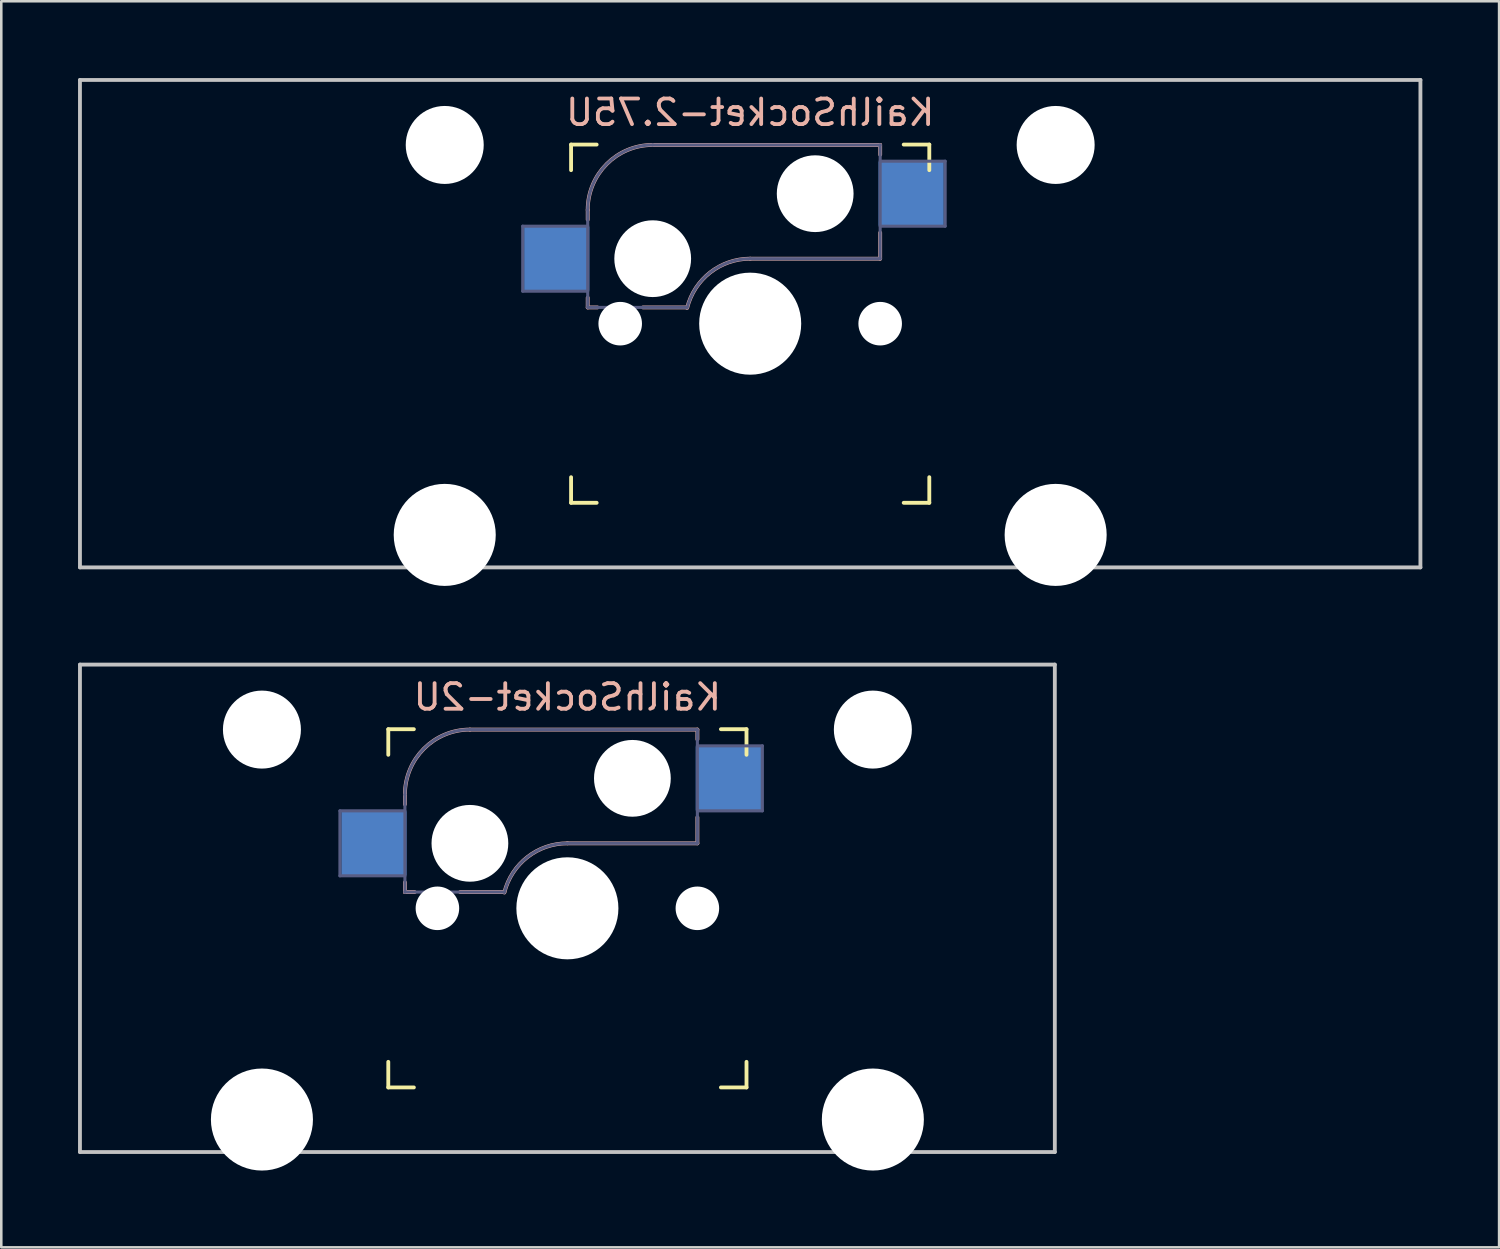
<source format=kicad_pcb>
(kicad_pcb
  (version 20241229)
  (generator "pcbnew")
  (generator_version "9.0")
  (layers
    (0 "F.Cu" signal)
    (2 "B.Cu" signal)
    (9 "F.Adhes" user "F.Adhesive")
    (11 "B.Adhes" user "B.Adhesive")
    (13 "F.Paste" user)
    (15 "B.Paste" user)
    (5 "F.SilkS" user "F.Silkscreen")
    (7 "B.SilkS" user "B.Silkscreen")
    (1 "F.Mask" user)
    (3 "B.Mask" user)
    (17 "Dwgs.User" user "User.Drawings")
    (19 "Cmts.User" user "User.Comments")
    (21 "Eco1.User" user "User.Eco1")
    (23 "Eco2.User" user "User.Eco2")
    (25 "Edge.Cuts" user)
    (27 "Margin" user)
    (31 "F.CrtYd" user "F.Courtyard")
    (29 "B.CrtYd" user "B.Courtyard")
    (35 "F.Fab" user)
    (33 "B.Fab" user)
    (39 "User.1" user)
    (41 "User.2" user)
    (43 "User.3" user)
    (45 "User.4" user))
  (footprint "KailhSocket-2U"
    (layer "F.Cu")
    (at 19.125 32.449)
    (property "Reference" "KailhSocket-2U" (at 0 -8.255 0) (layer "B.SilkS") (effects (font (size 1 1) (thickness 0.15)) (justify mirror)))
    (attr through_hole)
    (fp_line (start -7 -6) (end -7 -7) (stroke (width 0.15) (type solid)) (layer "F.SilkS"))
    (fp_line (start -7 7) (end -7 6) (stroke (width 0.15) (type solid)) (layer "F.SilkS"))
    (fp_line (start -7 7) (end -6 7) (stroke (width 0.15) (type solid)) (layer "F.SilkS"))
    (fp_line (start -6 -7) (end -7 -7) (stroke (width 0.15) (type solid)) (layer "F.SilkS"))
    (fp_line (start 6 7) (end 7 7) (stroke (width 0.15) (type solid)) (layer "F.SilkS"))
    (fp_line (start 7 -7) (end 6 -7) (stroke (width 0.15) (type solid)) (layer "F.SilkS"))
    (fp_line (start 7 -7) (end 7 -6) (stroke (width 0.15) (type solid)) (layer "F.SilkS"))
    (fp_line (start 7 6) (end 7 7) (stroke (width 0.15) (type solid)) (layer "F.SilkS"))
    (fp_line (start -6.35 -4.445) (end -6.35 -4.064) (stroke (width 0.15) (type solid)) (layer "B.SilkS"))
    (fp_line (start -6.35 -1.016) (end -6.35 -0.635) (stroke (width 0.15) (type solid)) (layer "B.SilkS"))
    (fp_line (start -5.969 -0.635) (end -6.35 -0.635) (stroke (width 0.15) (type solid)) (layer "B.SilkS"))
    (fp_line (start -3.81 -6.985) (end 5.08 -6.985) (stroke (width 0.15) (type solid)) (layer "B.SilkS"))
    (fp_line (start -2.464 -0.635) (end -4.191 -0.635) (stroke (width 0.15) (type solid)) (layer "B.SilkS"))
    (fp_line (start 5.08 -6.985) (end 5.08 -6.604) (stroke (width 0.15) (type solid)) (layer "B.SilkS"))
    (fp_line (start 5.08 -3.556) (end 5.08 -2.54) (stroke (width 0.15) (type solid)) (layer "B.SilkS"))
    (fp_line (start 5.08 -2.54) (end 0 -2.54) (stroke (width 0.15) (type solid)) (layer "B.SilkS"))
    (fp_arc (start -6.35 -4.445) (mid -5.606051 -6.241051) (end -3.81 -6.985) (stroke (width 0.15) (type solid)) (layer "B.SilkS"))
    (fp_arc (start -2.464162 -0.61604) (mid -1.563147 -2.002042) (end 0 -2.54) (stroke (width 0.15) (type solid)) (layer "B.SilkS"))
    (fp_line (start -19.05 -9.525) (end 19.05 -9.525) (stroke (width 0.15) (type solid)) (layer "Dwgs.User"))
    (fp_line (start -19.05 9.525) (end -19.05 -9.525) (stroke (width 0.15) (type solid)) (layer "Dwgs.User"))
    (fp_line (start -19.05 9.525) (end 19.05 9.525) (stroke (width 0.15) (type solid)) (layer "Dwgs.User"))
    (fp_line (start 19.05 -9.525) (end 19.05 9.525) (stroke (width 0.15) (type solid)) (layer "Dwgs.User"))
    (fp_line (start -16.095 -2.299) (end -16.095 0.5) (stroke (width 0.12) (type solid)) (layer "Eco1.User"))
    (fp_line (start -16.095 0.5) (end -15.27 0.5) (stroke (width 0.12) (type solid)) (layer "Eco1.User"))
    (fp_line (start -15.27 -5.529) (end -15.27 -2.299) (stroke (width 0.12) (type solid)) (layer "Eco1.User"))
    (fp_line (start -15.27 -2.299) (end -16.095 -2.299) (stroke (width 0.12) (type solid)) (layer "Eco1.User"))
    (fp_line (start -15.27 0.5) (end -15.27 6.77) (stroke (width 0.12) (type solid)) (layer "Eco1.User"))
    (fp_line (start -15.27 6.77) (end -13.545 6.77) (stroke (width 0.12) (type solid)) (layer "Eco1.User"))
    (fp_line (start -13.545 6.77) (end -13.545 7.97) (stroke (width 0.12) (type solid)) (layer "Eco1.User"))
    (fp_line (start -13.545 7.97) (end -10.246 7.97) (stroke (width 0.12) (type solid)) (layer "Eco1.User"))
    (fp_line (start -10.246 6.77) (end -8.52 6.77) (stroke (width 0.12) (type solid)) (layer "Eco1.User"))
    (fp_line (start -10.246 7.97) (end -10.246 6.77) (stroke (width 0.12) (type solid)) (layer "Eco1.User"))
    (fp_line (start -8.52 -5.529) (end -15.27 -5.529) (stroke (width 0.12) (type solid)) (layer "Eco1.User"))
    (fp_line (start -8.52 -2.299) (end -8.52 -5.529) (stroke (width 0.12) (type solid)) (layer "Eco1.User"))
    (fp_line (start -8.52 2.301) (end -6.995 2.301) (stroke (width 0.12) (type solid)) (layer "Eco1.User"))
    (fp_line (start -8.52 6.77) (end -8.52 2.301) (stroke (width 0.12) (type solid)) (layer "Eco1.User"))
    (fp_line (start -6.995 -6.999) (end -6.995 -2.299) (stroke (width 0.12) (type solid)) (layer "Eco1.User"))
    (fp_line (start -6.995 -2.299) (end -8.52 -2.299) (stroke (width 0.12) (type solid)) (layer "Eco1.User"))
    (fp_line (start -6.995 2.301) (end -6.995 7) (stroke (width 0.12) (type solid)) (layer "Eco1.User"))
    (fp_line (start -6.995 7) (end 7.005 7) (stroke (width 0.12) (type solid)) (layer "Eco1.User"))
    (fp_line (start 7.005 -6.999) (end -6.995 -6.999) (stroke (width 0.12) (type solid)) (layer "Eco1.User"))
    (fp_line (start 7.005 -2.299) (end 7.005 -6.999) (stroke (width 0.12) (type solid)) (layer "Eco1.User"))
    (fp_line (start 7.005 2.301) (end 8.53 2.301) (stroke (width 0.12) (type solid)) (layer "Eco1.User"))
    (fp_line (start 7.005 7) (end 7.005 2.301) (stroke (width 0.12) (type solid)) (layer "Eco1.User"))
    (fp_line (start 8.53 -5.529) (end 8.53 -2.299) (stroke (width 0.12) (type solid)) (layer "Eco1.User"))
    (fp_line (start 8.53 -2.299) (end 7.005 -2.299) (stroke (width 0.12) (type solid)) (layer "Eco1.User"))
    (fp_line (start 8.53 2.301) (end 8.53 6.77) (stroke (width 0.12) (type solid)) (layer "Eco1.User"))
    (fp_line (start 8.53 6.77) (end 10.255 6.77) (stroke (width 0.12) (type solid)) (layer "Eco1.User"))
    (fp_line (start 10.255 6.77) (end 10.255 7.97) (stroke (width 0.12) (type solid)) (layer "Eco1.User"))
    (fp_line (start 10.255 7.97) (end 13.554 7.97) (stroke (width 0.12) (type solid)) (layer "Eco1.User"))
    (fp_line (start 13.554 6.77) (end 15.28 6.77) (stroke (width 0.12) (type solid)) (layer "Eco1.User"))
    (fp_line (start 13.554 7.97) (end 13.554 6.77) (stroke (width 0.12) (type solid)) (layer "Eco1.User"))
    (fp_line (start 15.28 -5.529) (end 8.53 -5.529) (stroke (width 0.12) (type solid)) (layer "Eco1.User"))
    (fp_line (start 15.28 -2.299) (end 15.28 -5.529) (stroke (width 0.12) (type solid)) (layer "Eco1.User"))
    (fp_line (start 15.28 0.5) (end 16.105 0.5) (stroke (width 0.12) (type solid)) (layer "Eco1.User"))
    (fp_line (start 15.28 6.77) (end 15.28 0.5) (stroke (width 0.12) (type solid)) (layer "Eco1.User"))
    (fp_line (start 16.105 -2.299) (end 15.28 -2.299) (stroke (width 0.12) (type solid)) (layer "Eco1.User"))
    (fp_line (start 16.105 0.5) (end 16.105 -2.299) (stroke (width 0.12) (type solid)) (layer "Eco1.User"))
    (fp_line (start -8.89 -3.81) (end -6.35 -3.81) (stroke (width 0.12) (type solid)) (layer "B.Fab"))
    (fp_line (start -8.89 -1.27) (end -8.89 -3.81) (stroke (width 0.12) (type solid)) (layer "B.Fab"))
    (fp_line (start -6.35 -1.27) (end -8.89 -1.27) (stroke (width 0.12) (type solid)) (layer "B.Fab"))
    (fp_line (start -6.35 -0.635) (end -6.35 -4.445) (stroke (width 0.12) (type solid)) (layer "B.Fab"))
    (fp_line (start -6.35 -0.635) (end -2.54 -0.635) (stroke (width 0.12) (type solid)) (layer "B.Fab"))
    (fp_line (start -3.81 -6.985) (end 5.08 -6.985) (stroke (width 0.12) (type solid)) (layer "B.Fab"))
    (fp_line (start 5.08 -6.985) (end 5.08 -2.54) (stroke (width 0.12) (type solid)) (layer "B.Fab"))
    (fp_line (start 5.08 -6.35) (end 7.62 -6.35) (stroke (width 0.12) (type solid)) (layer "B.Fab"))
    (fp_line (start 5.08 -2.54) (end 0 -2.54) (stroke (width 0.12) (type solid)) (layer "B.Fab"))
    (fp_line (start 7.62 -6.35) (end 7.62 -3.81) (stroke (width 0.12) (type solid)) (layer "B.Fab"))
    (fp_line (start 7.62 -3.81) (end 5.08 -3.81) (stroke (width 0.12) (type solid)) (layer "B.Fab"))
    (fp_arc (start -6.35 -4.445) (mid -5.606051 -6.241051) (end -3.81 -6.985) (stroke (width 0.12) (type solid)) (layer "B.Fab"))
    (fp_arc (start -2.464162 -0.61604) (mid -1.563147 -2.002042) (end 0 -2.54) (stroke (width 0.12) (type solid)) (layer "B.Fab"))
    (pad "" np_thru_hole circle (at -11.938 -6.985) (size 3.048 3.048) (drill 3.048) (layers "*.Cu" "*.Mask"))
    (pad "" np_thru_hole circle (at -11.938 8.255) (size 3.988 3.988) (drill 3.988) (layers "*.Cu" "*.Mask"))
    (pad "" np_thru_hole circle (at -5.08 0) (size 1.702 1.702) (drill 1.702) (layers "*.Cu" "*.Mask"))
    (pad "" np_thru_hole circle (at -3.81 -2.54) (size 3 3) (drill 3) (layers "*.Cu" "*.Mask"))
    (pad "" np_thru_hole circle (at 0 0) (size 3.988 3.988) (drill 3.988) (layers "*.Cu" "*.Mask"))
    (pad "" np_thru_hole circle (at 2.54 -5.08) (size 3 3) (drill 3) (layers "*.Cu" "*.Mask"))
    (pad "" np_thru_hole circle (at 5.08 0) (size 1.702 1.702) (drill 1.702) (layers "*.Cu" "*.Mask"))
    (pad "" np_thru_hole circle (at 11.938 -6.985) (size 3.048 3.048) (drill 3.048) (layers "*.Cu" "*.Mask"))
    (pad "" np_thru_hole circle (at 11.938 8.255) (size 3.988 3.988) (drill 3.988) (layers "*.Cu" "*.Mask"))
    (pad "1" smd rect (at 6.29 -5.08) (size 2.55 2.5) (layers "B.Cu" "B.Mask" "B.Paste"))
    (pad "2" smd rect (at -7.56 -2.54) (size 2.55 2.5) (layers "B.Cu" "B.Mask" "B.Paste")))
  (footprint "KailhSocket-2.75U"
    (layer "F.Cu")
    (at 26.269 9.6)
    (property "Reference" "KailhSocket-2.75U" (at 0 -8.255 0) (layer "B.SilkS") (effects (font (size 1 1) (thickness 0.15)) (justify mirror)))
    (attr through_hole)
    (fp_line (start -7 -6) (end -7 -7) (stroke (width 0.15) (type solid)) (layer "F.SilkS"))
    (fp_line (start -7 7) (end -7 6) (stroke (width 0.15) (type solid)) (layer "F.SilkS"))
    (fp_line (start -7 7) (end -6 7) (stroke (width 0.15) (type solid)) (layer "F.SilkS"))
    (fp_line (start -6 -7) (end -7 -7) (stroke (width 0.15) (type solid)) (layer "F.SilkS"))
    (fp_line (start 6 7) (end 7 7) (stroke (width 0.15) (type solid)) (layer "F.SilkS"))
    (fp_line (start 7 -7) (end 6 -7) (stroke (width 0.15) (type solid)) (layer "F.SilkS"))
    (fp_line (start 7 -7) (end 7 -6) (stroke (width 0.15) (type solid)) (layer "F.SilkS"))
    (fp_line (start 7 6) (end 7 7) (stroke (width 0.15) (type solid)) (layer "F.SilkS"))
    (fp_line (start -6.35 -4.445) (end -6.35 -4.064) (stroke (width 0.15) (type solid)) (layer "B.SilkS"))
    (fp_line (start -6.35 -1.016) (end -6.35 -0.635) (stroke (width 0.15) (type solid)) (layer "B.SilkS"))
    (fp_line (start -5.969 -0.635) (end -6.35 -0.635) (stroke (width 0.15) (type solid)) (layer "B.SilkS"))
    (fp_line (start -3.81 -6.985) (end 5.08 -6.985) (stroke (width 0.15) (type solid)) (layer "B.SilkS"))
    (fp_line (start -2.464 -0.635) (end -4.191 -0.635) (stroke (width 0.15) (type solid)) (layer "B.SilkS"))
    (fp_line (start 5.08 -6.985) (end 5.08 -6.604) (stroke (width 0.15) (type solid)) (layer "B.SilkS"))
    (fp_line (start 5.08 -3.556) (end 5.08 -2.54) (stroke (width 0.15) (type solid)) (layer "B.SilkS"))
    (fp_line (start 5.08 -2.54) (end 0 -2.54) (stroke (width 0.15) (type solid)) (layer "B.SilkS"))
    (fp_arc (start -6.35 -4.445) (mid -5.606051 -6.241051) (end -3.81 -6.985) (stroke (width 0.15) (type solid)) (layer "B.SilkS"))
    (fp_arc (start -2.464162 -0.61604) (mid -1.563147 -2.002042) (end 0 -2.54) (stroke (width 0.15) (type solid)) (layer "B.SilkS"))
    (fp_line (start -26.194 -9.525) (end 26.194 -9.525) (stroke (width 0.15) (type solid)) (layer "Dwgs.User"))
    (fp_line (start -26.194 9.525) (end -26.194 -9.525) (stroke (width 0.15) (type solid)) (layer "Dwgs.User"))
    (fp_line (start -26.194 9.525) (end 26.194 9.525) (stroke (width 0.15) (type solid)) (layer "Dwgs.User"))
    (fp_line (start 26.194 -9.525) (end 26.194 9.525) (stroke (width 0.15) (type solid)) (layer "Dwgs.User"))
    (fp_line (start -16.095 -2.299) (end -16.095 0.5) (stroke (width 0.12) (type solid)) (layer "Eco1.User"))
    (fp_line (start -16.095 0.5) (end -15.27 0.5) (stroke (width 0.12) (type solid)) (layer "Eco1.User"))
    (fp_line (start -15.27 -5.529) (end -15.27 -2.299) (stroke (width 0.12) (type solid)) (layer "Eco1.User"))
    (fp_line (start -15.27 -2.299) (end -16.095 -2.299) (stroke (width 0.12) (type solid)) (layer "Eco1.User"))
    (fp_line (start -15.27 0.5) (end -15.27 6.77) (stroke (width 0.12) (type solid)) (layer "Eco1.User"))
    (fp_line (start -15.27 6.77) (end -13.545 6.77) (stroke (width 0.12) (type solid)) (layer "Eco1.User"))
    (fp_line (start -13.545 6.77) (end -13.545 7.97) (stroke (width 0.12) (type solid)) (layer "Eco1.User"))
    (fp_line (start -13.545 7.97) (end -10.246 7.97) (stroke (width 0.12) (type solid)) (layer "Eco1.User"))
    (fp_line (start -10.246 6.77) (end -8.52 6.77) (stroke (width 0.12) (type solid)) (layer "Eco1.User"))
    (fp_line (start -10.246 7.97) (end -10.246 6.77) (stroke (width 0.12) (type solid)) (layer "Eco1.User"))
    (fp_line (start -8.52 -5.529) (end -15.27 -5.529) (stroke (width 0.12) (type solid)) (layer "Eco1.User"))
    (fp_line (start -8.52 -2.299) (end -8.52 -5.529) (stroke (width 0.12) (type solid)) (layer "Eco1.User"))
    (fp_line (start -8.52 2.301) (end -6.995 2.301) (stroke (width 0.12) (type solid)) (layer "Eco1.User"))
    (fp_line (start -8.52 6.77) (end -8.52 2.301) (stroke (width 0.12) (type solid)) (layer "Eco1.User"))
    (fp_line (start -6.995 -6.999) (end -6.995 -2.299) (stroke (width 0.12) (type solid)) (layer "Eco1.User"))
    (fp_line (start -6.995 -2.299) (end -8.52 -2.299) (stroke (width 0.12) (type solid)) (layer "Eco1.User"))
    (fp_line (start -6.995 2.301) (end -6.995 7) (stroke (width 0.12) (type solid)) (layer "Eco1.User"))
    (fp_line (start -6.995 7) (end 7.005 7) (stroke (width 0.12) (type solid)) (layer "Eco1.User"))
    (fp_line (start 7.005 -6.999) (end -6.995 -6.999) (stroke (width 0.12) (type solid)) (layer "Eco1.User"))
    (fp_line (start 7.005 -2.299) (end 7.005 -6.999) (stroke (width 0.12) (type solid)) (layer "Eco1.User"))
    (fp_line (start 7.005 2.301) (end 8.53 2.301) (stroke (width 0.12) (type solid)) (layer "Eco1.User"))
    (fp_line (start 7.005 7) (end 7.005 2.301) (stroke (width 0.12) (type solid)) (layer "Eco1.User"))
    (fp_line (start 8.53 -5.529) (end 8.53 -2.299) (stroke (width 0.12) (type solid)) (layer "Eco1.User"))
    (fp_line (start 8.53 -2.299) (end 7.005 -2.299) (stroke (width 0.12) (type solid)) (layer "Eco1.User"))
    (fp_line (start 8.53 2.301) (end 8.53 6.77) (stroke (width 0.12) (type solid)) (layer "Eco1.User"))
    (fp_line (start 8.53 6.77) (end 10.255 6.77) (stroke (width 0.12) (type solid)) (layer "Eco1.User"))
    (fp_line (start 10.255 6.77) (end 10.255 7.97) (stroke (width 0.12) (type solid)) (layer "Eco1.User"))
    (fp_line (start 10.255 7.97) (end 13.554 7.97) (stroke (width 0.12) (type solid)) (layer "Eco1.User"))
    (fp_line (start 13.554 6.77) (end 15.28 6.77) (stroke (width 0.12) (type solid)) (layer "Eco1.User"))
    (fp_line (start 13.554 7.97) (end 13.554 6.77) (stroke (width 0.12) (type solid)) (layer "Eco1.User"))
    (fp_line (start 15.28 -5.529) (end 8.53 -5.529) (stroke (width 0.12) (type solid)) (layer "Eco1.User"))
    (fp_line (start 15.28 -2.299) (end 15.28 -5.529) (stroke (width 0.12) (type solid)) (layer "Eco1.User"))
    (fp_line (start 15.28 0.5) (end 16.105 0.5) (stroke (width 0.12) (type solid)) (layer "Eco1.User"))
    (fp_line (start 15.28 6.77) (end 15.28 0.5) (stroke (width 0.12) (type solid)) (layer "Eco1.User"))
    (fp_line (start 16.105 -2.299) (end 15.28 -2.299) (stroke (width 0.12) (type solid)) (layer "Eco1.User"))
    (fp_line (start 16.105 0.5) (end 16.105 -2.299) (stroke (width 0.12) (type solid)) (layer "Eco1.User"))
    (fp_line (start -8.89 -3.81) (end -6.35 -3.81) (stroke (width 0.12) (type solid)) (layer "B.Fab"))
    (fp_line (start -8.89 -1.27) (end -8.89 -3.81) (stroke (width 0.12) (type solid)) (layer "B.Fab"))
    (fp_line (start -6.35 -1.27) (end -8.89 -1.27) (stroke (width 0.12) (type solid)) (layer "B.Fab"))
    (fp_line (start -6.35 -0.635) (end -6.35 -4.445) (stroke (width 0.12) (type solid)) (layer "B.Fab"))
    (fp_line (start -6.35 -0.635) (end -2.54 -0.635) (stroke (width 0.12) (type solid)) (layer "B.Fab"))
    (fp_line (start -3.81 -6.985) (end 5.08 -6.985) (stroke (width 0.12) (type solid)) (layer "B.Fab"))
    (fp_line (start 5.08 -6.985) (end 5.08 -2.54) (stroke (width 0.12) (type solid)) (layer "B.Fab"))
    (fp_line (start 5.08 -6.35) (end 7.62 -6.35) (stroke (width 0.12) (type solid)) (layer "B.Fab"))
    (fp_line (start 5.08 -2.54) (end 0 -2.54) (stroke (width 0.12) (type solid)) (layer "B.Fab"))
    (fp_line (start 7.62 -6.35) (end 7.62 -3.81) (stroke (width 0.12) (type solid)) (layer "B.Fab"))
    (fp_line (start 7.62 -3.81) (end 5.08 -3.81) (stroke (width 0.12) (type solid)) (layer "B.Fab"))
    (fp_arc (start -6.35 -4.445) (mid -5.606051 -6.241051) (end -3.81 -6.985) (stroke (width 0.12) (type solid)) (layer "B.Fab"))
    (fp_arc (start -2.464162 -0.61604) (mid -1.563147 -2.002042) (end 0 -2.54) (stroke (width 0.12) (type solid)) (layer "B.Fab"))
    (pad "" np_thru_hole circle (at -11.938 -6.985) (size 3.048 3.048) (drill 3.048) (layers "*.Cu" "*.Mask"))
    (pad "" np_thru_hole circle (at -11.938 8.255) (size 3.988 3.988) (drill 3.988) (layers "*.Cu" "*.Mask"))
    (pad "" np_thru_hole circle (at -5.08 0) (size 1.702 1.702) (drill 1.702) (layers "*.Cu" "*.Mask"))
    (pad "" np_thru_hole circle (at -3.81 -2.54) (size 3 3) (drill 3) (layers "*.Cu" "*.Mask"))
    (pad "" np_thru_hole circle (at 0 0) (size 3.988 3.988) (drill 3.988) (layers "*.Cu" "*.Mask"))
    (pad "" np_thru_hole circle (at 2.54 -5.08) (size 3 3) (drill 3) (layers "*.Cu" "*.Mask"))
    (pad "" np_thru_hole circle (at 5.08 0) (size 1.702 1.702) (drill 1.702) (layers "*.Cu" "*.Mask"))
    (pad "" np_thru_hole circle (at 11.938 -6.985) (size 3.048 3.048) (drill 3.048) (layers "*.Cu" "*.Mask"))
    (pad "" np_thru_hole circle (at 11.938 8.255) (size 3.988 3.988) (drill 3.988) (layers "*.Cu" "*.Mask"))
    (pad "1" smd rect (at 6.29 -5.08) (size 2.55 2.5) (layers "B.Cu" "B.Mask" "B.Paste"))
    (pad "2" smd rect (at -7.56 -2.54) (size 2.55 2.5) (layers "B.Cu" "B.Mask" "B.Paste")))
  (gr_rect
    (start -3 -3)
    (end 55.538 45.698)
    (stroke (width 0.1) (type default))
    (fill no)
    (layer "Edge.Cuts")))
</source>
